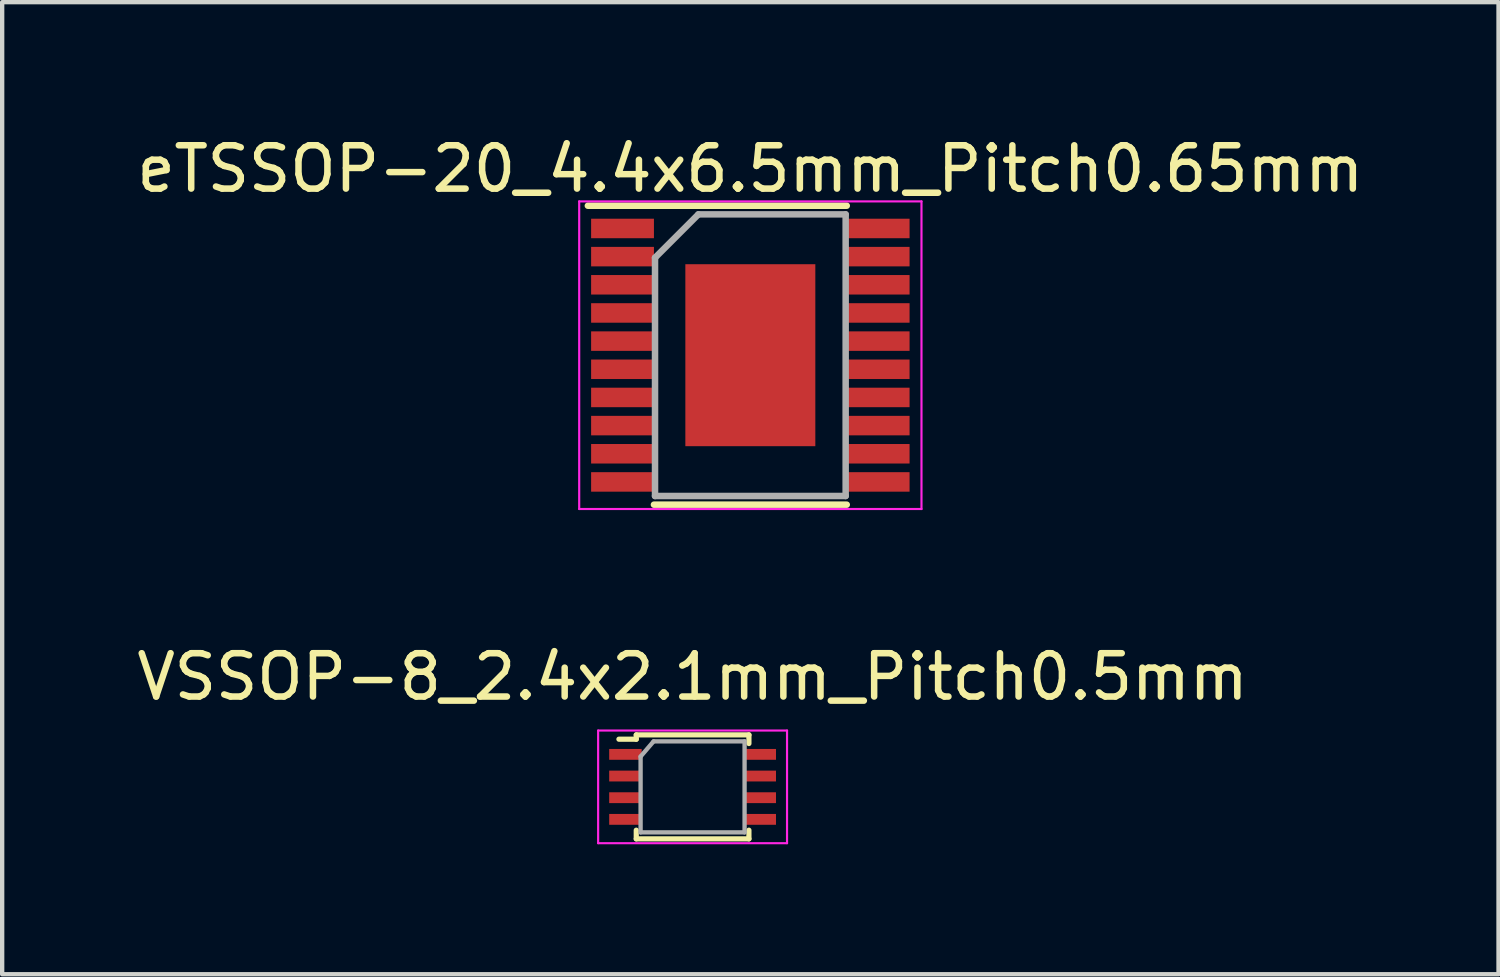
<source format=kicad_pcb>
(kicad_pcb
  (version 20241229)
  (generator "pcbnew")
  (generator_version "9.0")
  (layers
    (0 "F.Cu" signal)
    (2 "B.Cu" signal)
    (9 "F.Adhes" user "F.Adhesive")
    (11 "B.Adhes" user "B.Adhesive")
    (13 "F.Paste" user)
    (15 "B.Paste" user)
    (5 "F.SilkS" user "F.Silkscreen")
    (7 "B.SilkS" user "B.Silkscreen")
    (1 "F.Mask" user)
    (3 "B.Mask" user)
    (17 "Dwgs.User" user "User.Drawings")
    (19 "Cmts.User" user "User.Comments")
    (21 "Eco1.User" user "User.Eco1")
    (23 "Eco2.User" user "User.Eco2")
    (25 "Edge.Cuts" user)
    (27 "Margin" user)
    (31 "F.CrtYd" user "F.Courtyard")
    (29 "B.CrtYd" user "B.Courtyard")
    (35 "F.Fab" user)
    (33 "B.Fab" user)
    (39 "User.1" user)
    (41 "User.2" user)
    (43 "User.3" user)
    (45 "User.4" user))
  (footprint "VSSOP-8_2.4x2.1mm_Pitch0.5mm"
    (layer "F.Cu")
    (at 12.935 15.111)
    (property "Reference" "VSSOP-8_2.4x2.1mm_Pitch0.5mm" (at 0 -2.54 0) (layer "F.SilkS") (effects (font (size 1 1) (thickness 0.15))))
    (attr smd)
    (fp_line (start -1.3 -1.2) (end -1.3 -1.1) (stroke (width 0.12) (type solid)) (layer "F.SilkS"))
    (fp_line (start -1.3 -1.1) (end -1.7 -1.1) (stroke (width 0.12) (type solid)) (layer "F.SilkS"))
    (fp_line (start -1.3 1.2) (end -1.3 1) (stroke (width 0.12) (type solid)) (layer "F.SilkS"))
    (fp_line (start -1.3 1.2) (end 1.3 1.2) (stroke (width 0.12) (type solid)) (layer "F.SilkS"))
    (fp_line (start 1.3 -1.2) (end -1.3 -1.2) (stroke (width 0.12) (type solid)) (layer "F.SilkS"))
    (fp_line (start 1.3 -1) (end 1.3 -1.2) (stroke (width 0.12) (type solid)) (layer "F.SilkS"))
    (fp_line (start 1.3 1.2) (end 1.3 1) (stroke (width 0.12) (type solid)) (layer "F.SilkS"))
    (fp_line (start -2.18 -1.3) (end 2.18 -1.3) (stroke (width 0.05) (type solid)) (layer "F.CrtYd"))
    (fp_line (start -2.18 1.3) (end -2.18 -1.3) (stroke (width 0.05) (type solid)) (layer "F.CrtYd"))
    (fp_line (start 2.18 -1.3) (end 2.18 1.3) (stroke (width 0.05) (type solid)) (layer "F.CrtYd"))
    (fp_line (start 2.18 1.3) (end -2.18 1.3) (stroke (width 0.05) (type solid)) (layer "F.CrtYd"))
    (fp_line (start -1.2 -0.7) (end -1.2 1.05) (stroke (width 0.1) (type solid)) (layer "F.Fab"))
    (fp_line (start -1.2 1.05) (end 1.2 1.05) (stroke (width 0.1) (type solid)) (layer "F.Fab"))
    (fp_line (start -0.9 -1.05) (end -1.2 -0.7) (stroke (width 0.1) (type solid)) (layer "F.Fab"))
    (fp_line (start 1.2 -1.05) (end -0.9 -1.05) (stroke (width 0.1) (type solid)) (layer "F.Fab"))
    (fp_line (start 1.2 1.05) (end 1.2 -1.05) (stroke (width 0.1) (type solid)) (layer "F.Fab"))
    (pad "1" smd rect (at -1.55 -0.75) (size 0.75 0.25) (layers "F.Cu" "F.Mask" "F.Paste"))
    (pad "2" smd rect (at -1.55 -0.25) (size 0.75 0.25) (layers "F.Cu" "F.Mask" "F.Paste"))
    (pad "3" smd rect (at -1.55 0.25) (size 0.75 0.25) (layers "F.Cu" "F.Mask" "F.Paste"))
    (pad "4" smd rect (at -1.55 0.75) (size 0.75 0.25) (layers "F.Cu" "F.Mask" "F.Paste"))
    (pad "5" smd rect (at 1.55 0.75) (size 0.75 0.25) (layers "F.Cu" "F.Mask" "F.Paste"))
    (pad "6" smd rect (at 1.55 0.25) (size 0.75 0.25) (layers "F.Cu" "F.Mask" "F.Paste"))
    (pad "7" smd rect (at 1.55 -0.25) (size 0.75 0.25) (layers "F.Cu" "F.Mask" "F.Paste"))
    (pad "8" smd rect (at 1.55 -0.75) (size 0.75 0.25) (layers "F.Cu" "F.Mask" "F.Paste")))
  (footprint "eTSSOP-20_4.4x6.5mm_Pitch0.65mm"
    (layer "F.Cu")
    (at 14.268 5.148)
    (property "Reference" "eTSSOP-20_4.4x6.5mm_Pitch0.65mm" (at 0 -4.3 0) (layer "F.SilkS") (effects (font (size 1 1) (thickness 0.15))))
    (attr smd)
    (fp_line (start -3.75 -3.45) (end 2.225 -3.45) (stroke (width 0.15) (type solid)) (layer "F.SilkS"))
    (fp_line (start -2.225 3.45) (end 2.225 3.45) (stroke (width 0.15) (type solid)) (layer "F.SilkS"))
    (fp_line (start -3.95 -3.55) (end -3.95 3.55) (stroke (width 0.05) (type solid)) (layer "F.CrtYd"))
    (fp_line (start -3.95 -3.55) (end 3.95 -3.55) (stroke (width 0.05) (type solid)) (layer "F.CrtYd"))
    (fp_line (start -3.95 3.55) (end 3.95 3.55) (stroke (width 0.05) (type solid)) (layer "F.CrtYd"))
    (fp_line (start 3.95 -3.55) (end 3.95 3.55) (stroke (width 0.05) (type solid)) (layer "F.CrtYd"))
    (fp_line (start -2.2 -2.25) (end -1.2 -3.25) (stroke (width 0.15) (type solid)) (layer "F.Fab"))
    (fp_line (start -2.2 3.25) (end -2.2 -2.25) (stroke (width 0.15) (type solid)) (layer "F.Fab"))
    (fp_line (start -1.2 -3.25) (end 2.2 -3.25) (stroke (width 0.15) (type solid)) (layer "F.Fab"))
    (fp_line (start 2.2 -3.25) (end 2.2 3.25) (stroke (width 0.15) (type solid)) (layer "F.Fab"))
    (fp_line (start 2.2 3.25) (end -2.2 3.25) (stroke (width 0.15) (type solid)) (layer "F.Fab"))
    (pad "" smd rect (at 0 0) (size 3 4.2) (layers "F.Cu" "F.Mask" "F.Paste"))
    (pad "1" smd rect (at -2.95 -2.925) (size 1.45 0.45) (layers "F.Cu" "F.Mask" "F.Paste"))
    (pad "2" smd rect (at -2.95 -2.275) (size 1.45 0.45) (layers "F.Cu" "F.Mask" "F.Paste"))
    (pad "3" smd rect (at -2.95 -1.625) (size 1.45 0.45) (layers "F.Cu" "F.Mask" "F.Paste"))
    (pad "4" smd rect (at -2.95 -0.975) (size 1.45 0.45) (layers "F.Cu" "F.Mask" "F.Paste"))
    (pad "5" smd rect (at -2.95 -0.325) (size 1.45 0.45) (layers "F.Cu" "F.Mask" "F.Paste"))
    (pad "6" smd rect (at -2.95 0.325) (size 1.45 0.45) (layers "F.Cu" "F.Mask" "F.Paste"))
    (pad "7" smd rect (at -2.95 0.975) (size 1.45 0.45) (layers "F.Cu" "F.Mask" "F.Paste"))
    (pad "8" smd rect (at -2.95 1.625) (size 1.45 0.45) (layers "F.Cu" "F.Mask" "F.Paste"))
    (pad "9" smd rect (at -2.95 2.275) (size 1.45 0.45) (layers "F.Cu" "F.Mask" "F.Paste"))
    (pad "10" smd rect (at -2.95 2.925) (size 1.45 0.45) (layers "F.Cu" "F.Mask" "F.Paste"))
    (pad "11" smd rect (at 2.95 2.925) (size 1.45 0.45) (layers "F.Cu" "F.Mask" "F.Paste"))
    (pad "12" smd rect (at 2.95 2.275) (size 1.45 0.45) (layers "F.Cu" "F.Mask" "F.Paste"))
    (pad "13" smd rect (at 2.95 1.625) (size 1.45 0.45) (layers "F.Cu" "F.Mask" "F.Paste"))
    (pad "14" smd rect (at 2.95 0.975) (size 1.45 0.45) (layers "F.Cu" "F.Mask" "F.Paste"))
    (pad "15" smd rect (at 2.95 0.325) (size 1.45 0.45) (layers "F.Cu" "F.Mask" "F.Paste"))
    (pad "16" smd rect (at 2.95 -0.325) (size 1.45 0.45) (layers "F.Cu" "F.Mask" "F.Paste"))
    (pad "17" smd rect (at 2.95 -0.975) (size 1.45 0.45) (layers "F.Cu" "F.Mask" "F.Paste"))
    (pad "18" smd rect (at 2.95 -1.625) (size 1.45 0.45) (layers "F.Cu" "F.Mask" "F.Paste"))
    (pad "19" smd rect (at 2.95 -2.275) (size 1.45 0.45) (layers "F.Cu" "F.Mask" "F.Paste"))
    (pad "20" smd rect (at 2.95 -2.925) (size 1.45 0.45) (layers "F.Cu" "F.Mask" "F.Paste")))
  (gr_rect
    (start -3 -3)
    (end 31.536 19.436)
    (stroke (width 0.1) (type default))
    (fill no)
    (layer "Edge.Cuts")))
</source>
